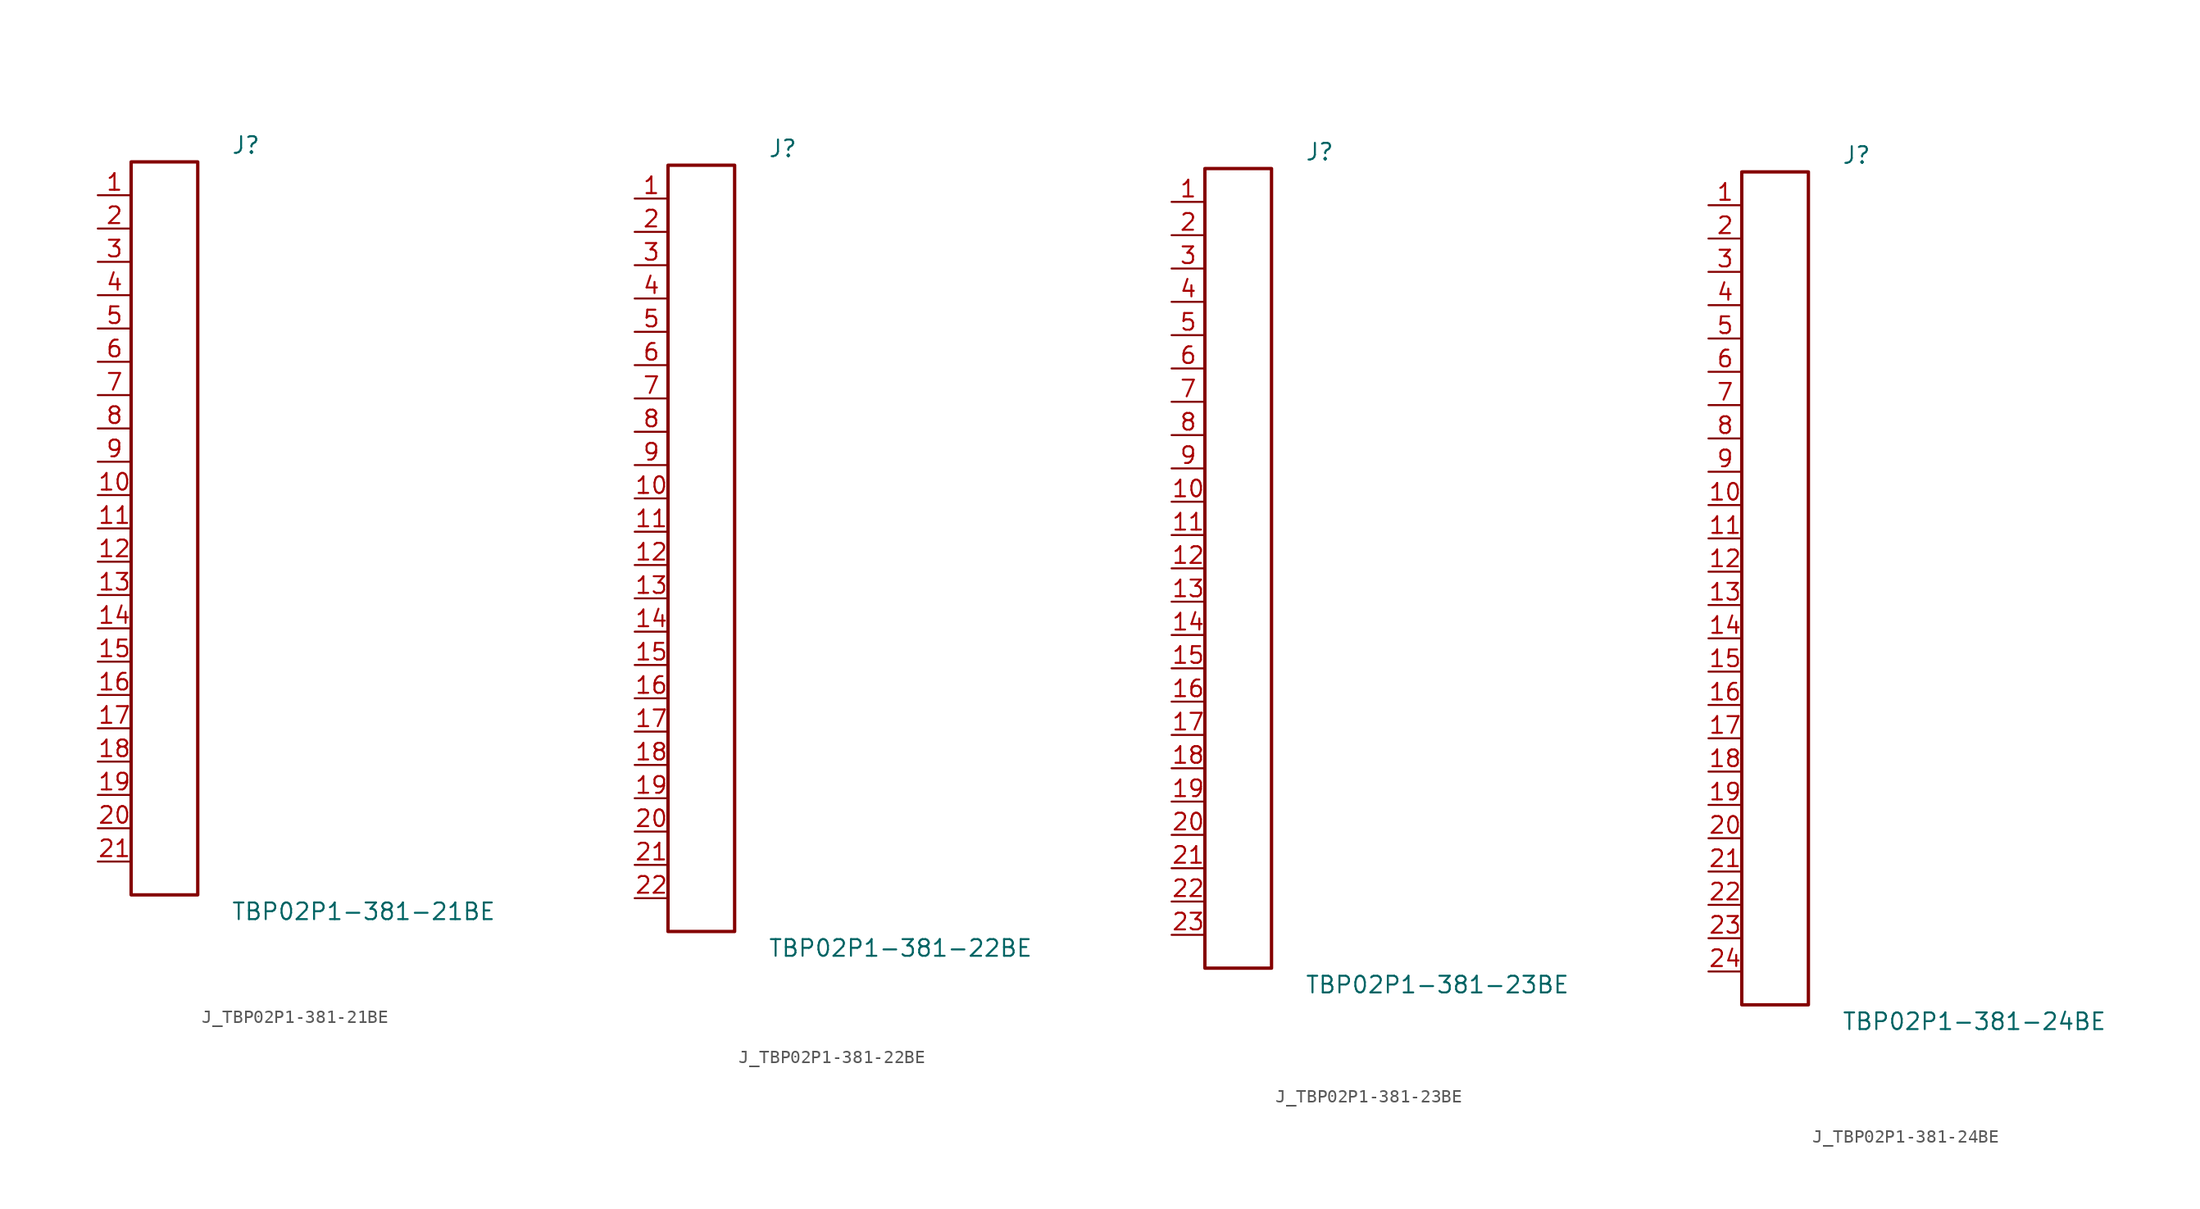
<source format=kicad_sym>
(kicad_symbol_lib
  (version 20231120)
  (generator kicad_symbol_editor)
  (generator_version 8.0)
  (symbol "J_TBP02P1-381-21BE"
    (pin_names
      (offset 0.254))
    (property "Reference" "J"
      (at 5.08 29.21 0)
      (effects (font (size 1.27 1.27)) (justify left)))
    (property "Value" "TBP02P1-381-21BE"
      (at 5.08 -29.21 0)
      (effects (font (size 1.27 1.27)) (justify left)))
    (symbol "J_TBP02P1-381-21BE_0_0"
      (pin unspecified line (at -5.08 25.4 0) (length 2.54) (name "" (effects (font (size 1.27 1.27)))) (number "1" (effects (font (size 1.27 1.27)))))
      (pin unspecified line (at -5.08 22.86 0) (length 2.54) (name "" (effects (font (size 1.27 1.27)))) (number "2" (effects (font (size 1.27 1.27)))))
      (pin unspecified line (at -5.08 20.32 0) (length 2.54) (name "" (effects (font (size 1.27 1.27)))) (number "3" (effects (font (size 1.27 1.27)))))
      (pin unspecified line (at -5.08 17.78 0) (length 2.54) (name "" (effects (font (size 1.27 1.27)))) (number "4" (effects (font (size 1.27 1.27)))))
      (pin unspecified line (at -5.08 15.24 0) (length 2.54) (name "" (effects (font (size 1.27 1.27)))) (number "5" (effects (font (size 1.27 1.27)))))
      (pin unspecified line (at -5.08 12.7 0) (length 2.54) (name "" (effects (font (size 1.27 1.27)))) (number "6" (effects (font (size 1.27 1.27)))))
      (pin unspecified line (at -5.08 10.16 0) (length 2.54) (name "" (effects (font (size 1.27 1.27)))) (number "7" (effects (font (size 1.27 1.27)))))
      (pin unspecified line (at -5.08 7.62 0) (length 2.54) (name "" (effects (font (size 1.27 1.27)))) (number "8" (effects (font (size 1.27 1.27)))))
      (pin unspecified line (at -5.08 5.08 0) (length 2.54) (name "" (effects (font (size 1.27 1.27)))) (number "9" (effects (font (size 1.27 1.27)))))
      (pin unspecified line (at -5.08 2.54 0) (length 2.54) (name "" (effects (font (size 1.27 1.27)))) (number "10" (effects (font (size 1.27 1.27)))))
      (pin unspecified line (at -5.08 0.0 0) (length 2.54) (name "" (effects (font (size 1.27 1.27)))) (number "11" (effects (font (size 1.27 1.27)))))
      (pin unspecified line (at -5.08 -2.54 0) (length 2.54) (name "" (effects (font (size 1.27 1.27)))) (number "12" (effects (font (size 1.27 1.27)))))
      (pin unspecified line (at -5.08 -5.08 0) (length 2.54) (name "" (effects (font (size 1.27 1.27)))) (number "13" (effects (font (size 1.27 1.27)))))
      (pin unspecified line (at -5.08 -7.62 0) (length 2.54) (name "" (effects (font (size 1.27 1.27)))) (number "14" (effects (font (size 1.27 1.27)))))
      (pin unspecified line (at -5.08 -10.16 0) (length 2.54) (name "" (effects (font (size 1.27 1.27)))) (number "15" (effects (font (size 1.27 1.27)))))
      (pin unspecified line (at -5.08 -12.7 0) (length 2.54) (name "" (effects (font (size 1.27 1.27)))) (number "16" (effects (font (size 1.27 1.27)))))
      (pin unspecified line (at -5.08 -15.24 0) (length 2.54) (name "" (effects (font (size 1.27 1.27)))) (number "17" (effects (font (size 1.27 1.27)))))
      (pin unspecified line (at -5.08 -17.78 0) (length 2.54) (name "" (effects (font (size 1.27 1.27)))) (number "18" (effects (font (size 1.27 1.27)))))
      (pin unspecified line (at -5.08 -20.32 0) (length 2.54) (name "" (effects (font (size 1.27 1.27)))) (number "19" (effects (font (size 1.27 1.27)))))
      (pin unspecified line (at -5.08 -22.86 0) (length 2.54) (name "" (effects (font (size 1.27 1.27)))) (number "20" (effects (font (size 1.27 1.27)))))
      (pin unspecified line (at -5.08 -25.4 0) (length 2.54) (name "" (effects (font (size 1.27 1.27)))) (number "21" (effects (font (size 1.27 1.27))))))
    (symbol "J_TBP02P1-381-21BE_1_0"
      (rectangle (start -2.54 27.94) (end 2.54 -27.94) (stroke (width 0.254) (type solid)) (fill (type none)))))
  (symbol "J_TBP02P1-381-22BE"
    (pin_names
      (offset 0.254))
    (property "Reference" "J"
      (at 5.08 30.48 0)
      (effects (font (size 1.27 1.27)) (justify left)))
    (property "Value" "TBP02P1-381-22BE"
      (at 5.08 -30.48 0)
      (effects (font (size 1.27 1.27)) (justify left)))
    (symbol "J_TBP02P1-381-22BE_0_0"
      (pin unspecified line (at -5.08 26.67 0) (length 2.54) (name "" (effects (font (size 1.27 1.27)))) (number "1" (effects (font (size 1.27 1.27)))))
      (pin unspecified line (at -5.08 24.13 0) (length 2.54) (name "" (effects (font (size 1.27 1.27)))) (number "2" (effects (font (size 1.27 1.27)))))
      (pin unspecified line (at -5.08 21.59 0) (length 2.54) (name "" (effects (font (size 1.27 1.27)))) (number "3" (effects (font (size 1.27 1.27)))))
      (pin unspecified line (at -5.08 19.05 0) (length 2.54) (name "" (effects (font (size 1.27 1.27)))) (number "4" (effects (font (size 1.27 1.27)))))
      (pin unspecified line (at -5.08 16.51 0) (length 2.54) (name "" (effects (font (size 1.27 1.27)))) (number "5" (effects (font (size 1.27 1.27)))))
      (pin unspecified line (at -5.08 13.97 0) (length 2.54) (name "" (effects (font (size 1.27 1.27)))) (number "6" (effects (font (size 1.27 1.27)))))
      (pin unspecified line (at -5.08 11.43 0) (length 2.54) (name "" (effects (font (size 1.27 1.27)))) (number "7" (effects (font (size 1.27 1.27)))))
      (pin unspecified line (at -5.08 8.89 0) (length 2.54) (name "" (effects (font (size 1.27 1.27)))) (number "8" (effects (font (size 1.27 1.27)))))
      (pin unspecified line (at -5.08 6.35 0) (length 2.54) (name "" (effects (font (size 1.27 1.27)))) (number "9" (effects (font (size 1.27 1.27)))))
      (pin unspecified line (at -5.08 3.81 0) (length 2.54) (name "" (effects (font (size 1.27 1.27)))) (number "10" (effects (font (size 1.27 1.27)))))
      (pin unspecified line (at -5.08 1.27 0) (length 2.54) (name "" (effects (font (size 1.27 1.27)))) (number "11" (effects (font (size 1.27 1.27)))))
      (pin unspecified line (at -5.08 -1.27 0) (length 2.54) (name "" (effects (font (size 1.27 1.27)))) (number "12" (effects (font (size 1.27 1.27)))))
      (pin unspecified line (at -5.08 -3.81 0) (length 2.54) (name "" (effects (font (size 1.27 1.27)))) (number "13" (effects (font (size 1.27 1.27)))))
      (pin unspecified line (at -5.08 -6.35 0) (length 2.54) (name "" (effects (font (size 1.27 1.27)))) (number "14" (effects (font (size 1.27 1.27)))))
      (pin unspecified line (at -5.08 -8.89 0) (length 2.54) (name "" (effects (font (size 1.27 1.27)))) (number "15" (effects (font (size 1.27 1.27)))))
      (pin unspecified line (at -5.08 -11.43 0) (length 2.54) (name "" (effects (font (size 1.27 1.27)))) (number "16" (effects (font (size 1.27 1.27)))))
      (pin unspecified line (at -5.08 -13.97 0) (length 2.54) (name "" (effects (font (size 1.27 1.27)))) (number "17" (effects (font (size 1.27 1.27)))))
      (pin unspecified line (at -5.08 -16.51 0) (length 2.54) (name "" (effects (font (size 1.27 1.27)))) (number "18" (effects (font (size 1.27 1.27)))))
      (pin unspecified line (at -5.08 -19.05 0) (length 2.54) (name "" (effects (font (size 1.27 1.27)))) (number "19" (effects (font (size 1.27 1.27)))))
      (pin unspecified line (at -5.08 -21.59 0) (length 2.54) (name "" (effects (font (size 1.27 1.27)))) (number "20" (effects (font (size 1.27 1.27)))))
      (pin unspecified line (at -5.08 -24.13 0) (length 2.54) (name "" (effects (font (size 1.27 1.27)))) (number "21" (effects (font (size 1.27 1.27)))))
      (pin unspecified line (at -5.08 -26.67 0) (length 2.54) (name "" (effects (font (size 1.27 1.27)))) (number "22" (effects (font (size 1.27 1.27))))))
    (symbol "J_TBP02P1-381-22BE_1_0"
      (rectangle (start -2.54 29.21) (end 2.54 -29.21) (stroke (width 0.254) (type solid)) (fill (type none)))))
  (symbol "J_TBP02P1-381-23BE"
    (pin_names
      (offset 0.254))
    (property "Reference" "J"
      (at 5.08 31.75 0)
      (effects (font (size 1.27 1.27)) (justify left)))
    (property "Value" "TBP02P1-381-23BE"
      (at 5.08 -31.75 0)
      (effects (font (size 1.27 1.27)) (justify left)))
    (symbol "J_TBP02P1-381-23BE_0_0"
      (pin unspecified line (at -5.08 27.94 0) (length 2.54) (name "" (effects (font (size 1.27 1.27)))) (number "1" (effects (font (size 1.27 1.27)))))
      (pin unspecified line (at -5.08 25.4 0) (length 2.54) (name "" (effects (font (size 1.27 1.27)))) (number "2" (effects (font (size 1.27 1.27)))))
      (pin unspecified line (at -5.08 22.86 0) (length 2.54) (name "" (effects (font (size 1.27 1.27)))) (number "3" (effects (font (size 1.27 1.27)))))
      (pin unspecified line (at -5.08 20.32 0) (length 2.54) (name "" (effects (font (size 1.27 1.27)))) (number "4" (effects (font (size 1.27 1.27)))))
      (pin unspecified line (at -5.08 17.78 0) (length 2.54) (name "" (effects (font (size 1.27 1.27)))) (number "5" (effects (font (size 1.27 1.27)))))
      (pin unspecified line (at -5.08 15.24 0) (length 2.54) (name "" (effects (font (size 1.27 1.27)))) (number "6" (effects (font (size 1.27 1.27)))))
      (pin unspecified line (at -5.08 12.7 0) (length 2.54) (name "" (effects (font (size 1.27 1.27)))) (number "7" (effects (font (size 1.27 1.27)))))
      (pin unspecified line (at -5.08 10.16 0) (length 2.54) (name "" (effects (font (size 1.27 1.27)))) (number "8" (effects (font (size 1.27 1.27)))))
      (pin unspecified line (at -5.08 7.62 0) (length 2.54) (name "" (effects (font (size 1.27 1.27)))) (number "9" (effects (font (size 1.27 1.27)))))
      (pin unspecified line (at -5.08 5.08 0) (length 2.54) (name "" (effects (font (size 1.27 1.27)))) (number "10" (effects (font (size 1.27 1.27)))))
      (pin unspecified line (at -5.08 2.54 0) (length 2.54) (name "" (effects (font (size 1.27 1.27)))) (number "11" (effects (font (size 1.27 1.27)))))
      (pin unspecified line (at -5.08 0.0 0) (length 2.54) (name "" (effects (font (size 1.27 1.27)))) (number "12" (effects (font (size 1.27 1.27)))))
      (pin unspecified line (at -5.08 -2.54 0) (length 2.54) (name "" (effects (font (size 1.27 1.27)))) (number "13" (effects (font (size 1.27 1.27)))))
      (pin unspecified line (at -5.08 -5.08 0) (length 2.54) (name "" (effects (font (size 1.27 1.27)))) (number "14" (effects (font (size 1.27 1.27)))))
      (pin unspecified line (at -5.08 -7.62 0) (length 2.54) (name "" (effects (font (size 1.27 1.27)))) (number "15" (effects (font (size 1.27 1.27)))))
      (pin unspecified line (at -5.08 -10.16 0) (length 2.54) (name "" (effects (font (size 1.27 1.27)))) (number "16" (effects (font (size 1.27 1.27)))))
      (pin unspecified line (at -5.08 -12.7 0) (length 2.54) (name "" (effects (font (size 1.27 1.27)))) (number "17" (effects (font (size 1.27 1.27)))))
      (pin unspecified line (at -5.08 -15.24 0) (length 2.54) (name "" (effects (font (size 1.27 1.27)))) (number "18" (effects (font (size 1.27 1.27)))))
      (pin unspecified line (at -5.08 -17.78 0) (length 2.54) (name "" (effects (font (size 1.27 1.27)))) (number "19" (effects (font (size 1.27 1.27)))))
      (pin unspecified line (at -5.08 -20.32 0) (length 2.54) (name "" (effects (font (size 1.27 1.27)))) (number "20" (effects (font (size 1.27 1.27)))))
      (pin unspecified line (at -5.08 -22.86 0) (length 2.54) (name "" (effects (font (size 1.27 1.27)))) (number "21" (effects (font (size 1.27 1.27)))))
      (pin unspecified line (at -5.08 -25.4 0) (length 2.54) (name "" (effects (font (size 1.27 1.27)))) (number "22" (effects (font (size 1.27 1.27)))))
      (pin unspecified line (at -5.08 -27.94 0) (length 2.54) (name "" (effects (font (size 1.27 1.27)))) (number "23" (effects (font (size 1.27 1.27))))))
    (symbol "J_TBP02P1-381-23BE_1_0"
      (rectangle (start -2.54 30.48) (end 2.54 -30.48) (stroke (width 0.254) (type solid)) (fill (type none)))))
  (symbol "J_TBP02P1-381-24BE"
    (pin_names
      (offset 0.254))
    (property "Reference" "J"
      (at 5.08 33.02 0)
      (effects (font (size 1.27 1.27)) (justify left)))
    (property "Value" "TBP02P1-381-24BE"
      (at 5.08 -33.02 0)
      (effects (font (size 1.27 1.27)) (justify left)))
    (symbol "J_TBP02P1-381-24BE_0_0"
      (pin unspecified line (at -5.08 29.21 0) (length 2.54) (name "" (effects (font (size 1.27 1.27)))) (number "1" (effects (font (size 1.27 1.27)))))
      (pin unspecified line (at -5.08 26.67 0) (length 2.54) (name "" (effects (font (size 1.27 1.27)))) (number "2" (effects (font (size 1.27 1.27)))))
      (pin unspecified line (at -5.08 24.13 0) (length 2.54) (name "" (effects (font (size 1.27 1.27)))) (number "3" (effects (font (size 1.27 1.27)))))
      (pin unspecified line (at -5.08 21.59 0) (length 2.54) (name "" (effects (font (size 1.27 1.27)))) (number "4" (effects (font (size 1.27 1.27)))))
      (pin unspecified line (at -5.08 19.05 0) (length 2.54) (name "" (effects (font (size 1.27 1.27)))) (number "5" (effects (font (size 1.27 1.27)))))
      (pin unspecified line (at -5.08 16.51 0) (length 2.54) (name "" (effects (font (size 1.27 1.27)))) (number "6" (effects (font (size 1.27 1.27)))))
      (pin unspecified line (at -5.08 13.97 0) (length 2.54) (name "" (effects (font (size 1.27 1.27)))) (number "7" (effects (font (size 1.27 1.27)))))
      (pin unspecified line (at -5.08 11.43 0) (length 2.54) (name "" (effects (font (size 1.27 1.27)))) (number "8" (effects (font (size 1.27 1.27)))))
      (pin unspecified line (at -5.08 8.89 0) (length 2.54) (name "" (effects (font (size 1.27 1.27)))) (number "9" (effects (font (size 1.27 1.27)))))
      (pin unspecified line (at -5.08 6.35 0) (length 2.54) (name "" (effects (font (size 1.27 1.27)))) (number "10" (effects (font (size 1.27 1.27)))))
      (pin unspecified line (at -5.08 3.81 0) (length 2.54) (name "" (effects (font (size 1.27 1.27)))) (number "11" (effects (font (size 1.27 1.27)))))
      (pin unspecified line (at -5.08 1.27 0) (length 2.54) (name "" (effects (font (size 1.27 1.27)))) (number "12" (effects (font (size 1.27 1.27)))))
      (pin unspecified line (at -5.08 -1.27 0) (length 2.54) (name "" (effects (font (size 1.27 1.27)))) (number "13" (effects (font (size 1.27 1.27)))))
      (pin unspecified line (at -5.08 -3.81 0) (length 2.54) (name "" (effects (font (size 1.27 1.27)))) (number "14" (effects (font (size 1.27 1.27)))))
      (pin unspecified line (at -5.08 -6.35 0) (length 2.54) (name "" (effects (font (size 1.27 1.27)))) (number "15" (effects (font (size 1.27 1.27)))))
      (pin unspecified line (at -5.08 -8.89 0) (length 2.54) (name "" (effects (font (size 1.27 1.27)))) (number "16" (effects (font (size 1.27 1.27)))))
      (pin unspecified line (at -5.08 -11.43 0) (length 2.54) (name "" (effects (font (size 1.27 1.27)))) (number "17" (effects (font (size 1.27 1.27)))))
      (pin unspecified line (at -5.08 -13.97 0) (length 2.54) (name "" (effects (font (size 1.27 1.27)))) (number "18" (effects (font (size 1.27 1.27)))))
      (pin unspecified line (at -5.08 -16.51 0) (length 2.54) (name "" (effects (font (size 1.27 1.27)))) (number "19" (effects (font (size 1.27 1.27)))))
      (pin unspecified line (at -5.08 -19.05 0) (length 2.54) (name "" (effects (font (size 1.27 1.27)))) (number "20" (effects (font (size 1.27 1.27)))))
      (pin unspecified line (at -5.08 -21.59 0) (length 2.54) (name "" (effects (font (size 1.27 1.27)))) (number "21" (effects (font (size 1.27 1.27)))))
      (pin unspecified line (at -5.08 -24.13 0) (length 2.54) (name "" (effects (font (size 1.27 1.27)))) (number "22" (effects (font (size 1.27 1.27)))))
      (pin unspecified line (at -5.08 -26.67 0) (length 2.54) (name "" (effects (font (size 1.27 1.27)))) (number "23" (effects (font (size 1.27 1.27)))))
      (pin unspecified line (at -5.08 -29.21 0) (length 2.54) (name "" (effects (font (size 1.27 1.27)))) (number "24" (effects (font (size 1.27 1.27))))))
    (symbol "J_TBP02P1-381-24BE_1_0"
      (rectangle (start -2.54 31.75) (end 2.54 -31.75) (stroke (width 0.254) (type solid)) (fill (type none))))))
</source>
